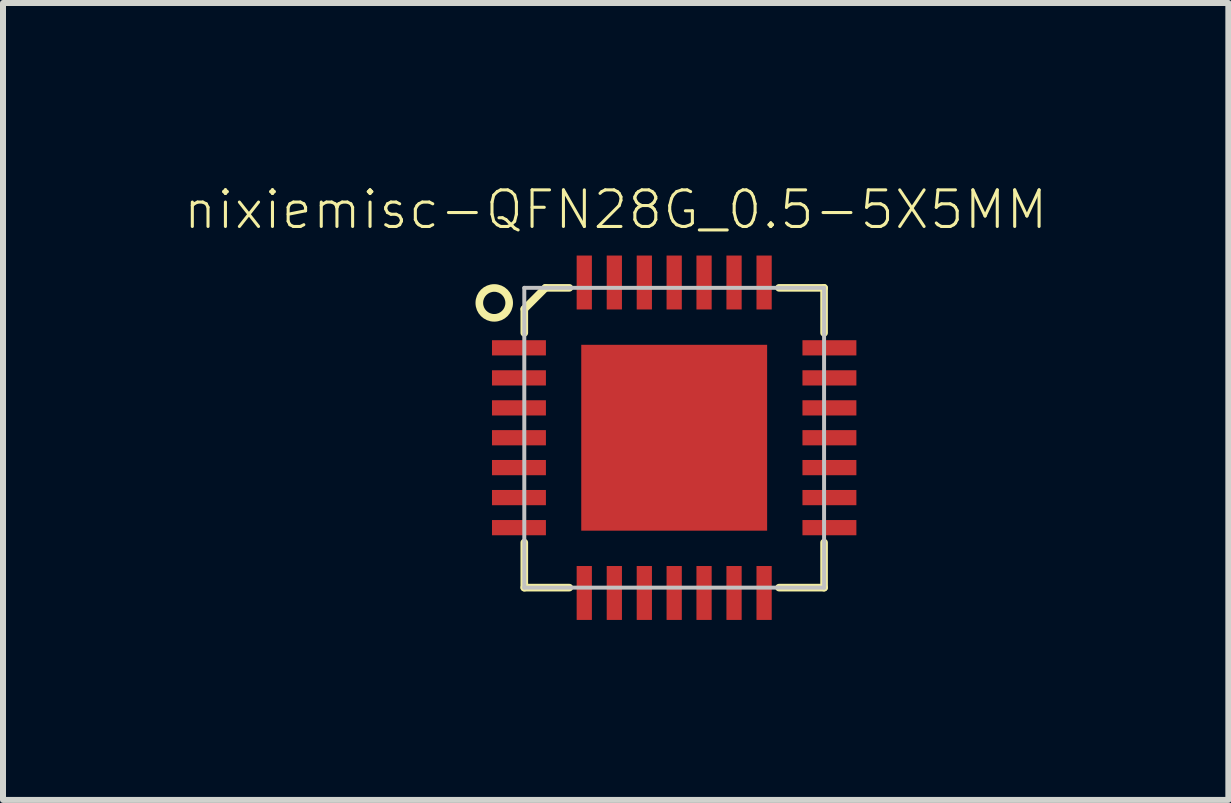
<source format=kicad_pcb>
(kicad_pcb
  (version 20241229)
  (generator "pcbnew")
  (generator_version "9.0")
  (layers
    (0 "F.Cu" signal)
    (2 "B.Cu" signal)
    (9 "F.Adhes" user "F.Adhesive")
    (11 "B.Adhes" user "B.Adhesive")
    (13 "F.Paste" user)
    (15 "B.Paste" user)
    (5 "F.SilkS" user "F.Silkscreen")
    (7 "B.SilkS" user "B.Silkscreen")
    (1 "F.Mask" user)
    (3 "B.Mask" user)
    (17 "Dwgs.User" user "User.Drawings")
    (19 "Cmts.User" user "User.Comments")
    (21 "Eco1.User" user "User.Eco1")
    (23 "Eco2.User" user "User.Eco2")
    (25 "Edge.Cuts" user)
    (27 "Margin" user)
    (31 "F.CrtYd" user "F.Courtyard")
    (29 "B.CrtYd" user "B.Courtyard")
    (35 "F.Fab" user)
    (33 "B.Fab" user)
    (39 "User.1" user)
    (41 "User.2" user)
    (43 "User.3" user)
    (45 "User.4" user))
  (footprint "nixiemisc-QFN28G_0.5-5X5MM"
    (layer "F.Cu")
    (at 8.19 4.248)
    (property "Reference" "nixiemisc-QFN28G_0.5-5X5MM" (at -0.975 -3.802 0) (layer "F.SilkS") (effects (font (size 0.61 0.61) (thickness 0.051))))
    (attr smd)
    (fp_line (start -2.499 -2.146) (end -2.499 -1.748) (stroke (width 0.127) (type solid)) (layer "F.SilkS"))
    (fp_line (start -2.499 1.748) (end -2.499 2.499) (stroke (width 0.127) (type solid)) (layer "F.SilkS"))
    (fp_line (start -2.499 2.499) (end -1.748 2.499) (stroke (width 0.127) (type solid)) (layer "F.SilkS"))
    (fp_line (start -2.146 -2.499) (end -2.499 -2.146) (stroke (width 0.127) (type solid)) (layer "F.SilkS"))
    (fp_line (start -1.748 -2.499) (end -2.146 -2.499) (stroke (width 0.127) (type solid)) (layer "F.SilkS"))
    (fp_line (start 1.748 -2.499) (end 2.499 -2.499) (stroke (width 0.127) (type solid)) (layer "F.SilkS"))
    (fp_line (start 1.748 2.499) (end 2.499 2.499) (stroke (width 0.127) (type solid)) (layer "F.SilkS"))
    (fp_line (start 2.499 -2.499) (end 2.499 -1.748) (stroke (width 0.127) (type solid)) (layer "F.SilkS"))
    (fp_line (start 2.499 2.499) (end 2.499 1.748) (stroke (width 0.127) (type solid)) (layer "F.SilkS"))
    (fp_circle (center -3 -2.248) (end -3 -2.497) (stroke (width 0.127) (type solid)) (fill no) (layer "F.SilkS"))
    (fp_line (start -1.499 -1.499) (end -0.249 -1.499) (stroke (width 0.066) (type solid)) (layer "F.Paste"))
    (fp_line (start -1.499 -0.249) (end -1.499 -1.499) (stroke (width 0.066) (type solid)) (layer "F.Paste"))
    (fp_line (start -1.499 -0.249) (end -0.249 -0.249) (stroke (width 0.066) (type solid)) (layer "F.Paste"))
    (fp_line (start -1.499 0.249) (end -0.249 0.249) (stroke (width 0.066) (type solid)) (layer "F.Paste"))
    (fp_line (start -1.499 1.499) (end -1.499 0.249) (stroke (width 0.066) (type solid)) (layer "F.Paste"))
    (fp_line (start -1.499 1.499) (end -0.249 1.499) (stroke (width 0.066) (type solid)) (layer "F.Paste"))
    (fp_line (start -0.249 -0.249) (end -0.249 -1.499) (stroke (width 0.066) (type solid)) (layer "F.Paste"))
    (fp_line (start -0.249 1.499) (end -0.249 0.249) (stroke (width 0.066) (type solid)) (layer "F.Paste"))
    (fp_line (start 0.249 -1.499) (end 1.499 -1.499) (stroke (width 0.066) (type solid)) (layer "F.Paste"))
    (fp_line (start 0.249 -0.249) (end 0.249 -1.499) (stroke (width 0.066) (type solid)) (layer "F.Paste"))
    (fp_line (start 0.249 -0.249) (end 1.499 -0.249) (stroke (width 0.066) (type solid)) (layer "F.Paste"))
    (fp_line (start 0.249 0.249) (end 1.499 0.249) (stroke (width 0.066) (type solid)) (layer "F.Paste"))
    (fp_line (start 0.249 1.499) (end 0.249 0.249) (stroke (width 0.066) (type solid)) (layer "F.Paste"))
    (fp_line (start 0.249 1.499) (end 1.499 1.499) (stroke (width 0.066) (type solid)) (layer "F.Paste"))
    (fp_line (start 1.499 -0.249) (end 1.499 -1.499) (stroke (width 0.066) (type solid)) (layer "F.Paste"))
    (fp_line (start 1.499 1.499) (end 1.499 0.249) (stroke (width 0.066) (type solid)) (layer "F.Paste"))
    (fp_line (start -2.499 -2.499) (end 2.499 -2.499) (stroke (width 0.066) (type solid)) (layer "Dwgs.User"))
    (fp_line (start -2.499 2.499) (end -2.499 -2.499) (stroke (width 0.066) (type solid)) (layer "Dwgs.User"))
    (fp_line (start -2.499 2.499) (end 2.499 2.499) (stroke (width 0.066) (type solid)) (layer "Dwgs.User"))
    (fp_line (start 2.499 2.499) (end 2.499 -2.499) (stroke (width 0.066) (type solid)) (layer "Dwgs.User"))
    (pad "1" smd rect (at -2.588 -1.499) (size 0.899 0.254) (layers "F.Cu" "F.Mask" "F.Paste"))
    (pad "2" smd rect (at -2.588 -0.998) (size 0.899 0.254) (layers "F.Cu" "F.Mask" "F.Paste"))
    (pad "3" smd rect (at -2.588 -0.498) (size 0.899 0.254) (layers "F.Cu" "F.Mask" "F.Paste"))
    (pad "4" smd rect (at -2.588 0) (size 0.899 0.254) (layers "F.Cu" "F.Mask" "F.Paste"))
    (pad "5" smd rect (at -2.588 0.498) (size 0.899 0.254) (layers "F.Cu" "F.Mask" "F.Paste"))
    (pad "6" smd rect (at -2.588 0.998) (size 0.899 0.254) (layers "F.Cu" "F.Mask" "F.Paste"))
    (pad "7" smd rect (at -2.588 1.499) (size 0.899 0.254) (layers "F.Cu" "F.Mask" "F.Paste"))
    (pad "8" smd rect (at -1.499 2.588 90) (size 0.899 0.254) (layers "F.Cu" "F.Mask" "F.Paste"))
    (pad "9" smd rect (at -0.998 2.588 90) (size 0.899 0.254) (layers "F.Cu" "F.Mask" "F.Paste"))
    (pad "10" smd rect (at -0.498 2.588 90) (size 0.899 0.254) (layers "F.Cu" "F.Mask" "F.Paste"))
    (pad "11" smd rect (at 0 2.588 90) (size 0.899 0.254) (layers "F.Cu" "F.Mask" "F.Paste"))
    (pad "12" smd rect (at 0.498 2.588 90) (size 0.899 0.254) (layers "F.Cu" "F.Mask" "F.Paste"))
    (pad "13" smd rect (at 0.998 2.588 90) (size 0.899 0.254) (layers "F.Cu" "F.Mask" "F.Paste"))
    (pad "14" smd rect (at 1.499 2.588 90) (size 0.899 0.254) (layers "F.Cu" "F.Mask" "F.Paste"))
    (pad "15" smd rect (at 2.588 1.499 180) (size 0.899 0.254) (layers "F.Cu" "F.Mask" "F.Paste"))
    (pad "16" smd rect (at 2.588 0.998 180) (size 0.899 0.254) (layers "F.Cu" "F.Mask" "F.Paste"))
    (pad "17" smd rect (at 2.588 0.498 180) (size 0.899 0.254) (layers "F.Cu" "F.Mask" "F.Paste"))
    (pad "18" smd rect (at 2.588 0 180) (size 0.899 0.254) (layers "F.Cu" "F.Mask" "F.Paste"))
    (pad "19" smd rect (at 2.588 -0.498 180) (size 0.899 0.254) (layers "F.Cu" "F.Mask" "F.Paste"))
    (pad "20" smd rect (at 2.588 -0.998 180) (size 0.899 0.254) (layers "F.Cu" "F.Mask" "F.Paste"))
    (pad "21" smd rect (at 2.588 -1.499 180) (size 0.899 0.254) (layers "F.Cu" "F.Mask" "F.Paste"))
    (pad "22" smd rect (at 1.499 -2.588 270) (size 0.899 0.254) (layers "F.Cu" "F.Mask" "F.Paste"))
    (pad "23" smd rect (at 0.998 -2.588 270) (size 0.899 0.254) (layers "F.Cu" "F.Mask" "F.Paste"))
    (pad "24" smd rect (at 0.498 -2.588 270) (size 0.899 0.254) (layers "F.Cu" "F.Mask" "F.Paste"))
    (pad "25" smd rect (at 0 -2.588 270) (size 0.899 0.254) (layers "F.Cu" "F.Mask" "F.Paste"))
    (pad "26" smd rect (at -0.498 -2.588 270) (size 0.899 0.254) (layers "F.Cu" "F.Mask" "F.Paste"))
    (pad "27" smd rect (at -0.998 -2.588 270) (size 0.899 0.254) (layers "F.Cu" "F.Mask" "F.Paste"))
    (pad "28" smd rect (at -1.499 -2.588 270) (size 0.899 0.254) (layers "F.Cu" "F.Mask" "F.Paste"))
    (pad "29" smd rect (at 0 0) (size 3.099 3.099) (layers "F.Cu" "F.Mask" "F.Paste")))
  (gr_rect
    (start -3 -3)
    (end 17.429 10.286)
    (stroke (width 0.1) (type default))
    (fill no)
    (layer "Edge.Cuts")))
</source>
